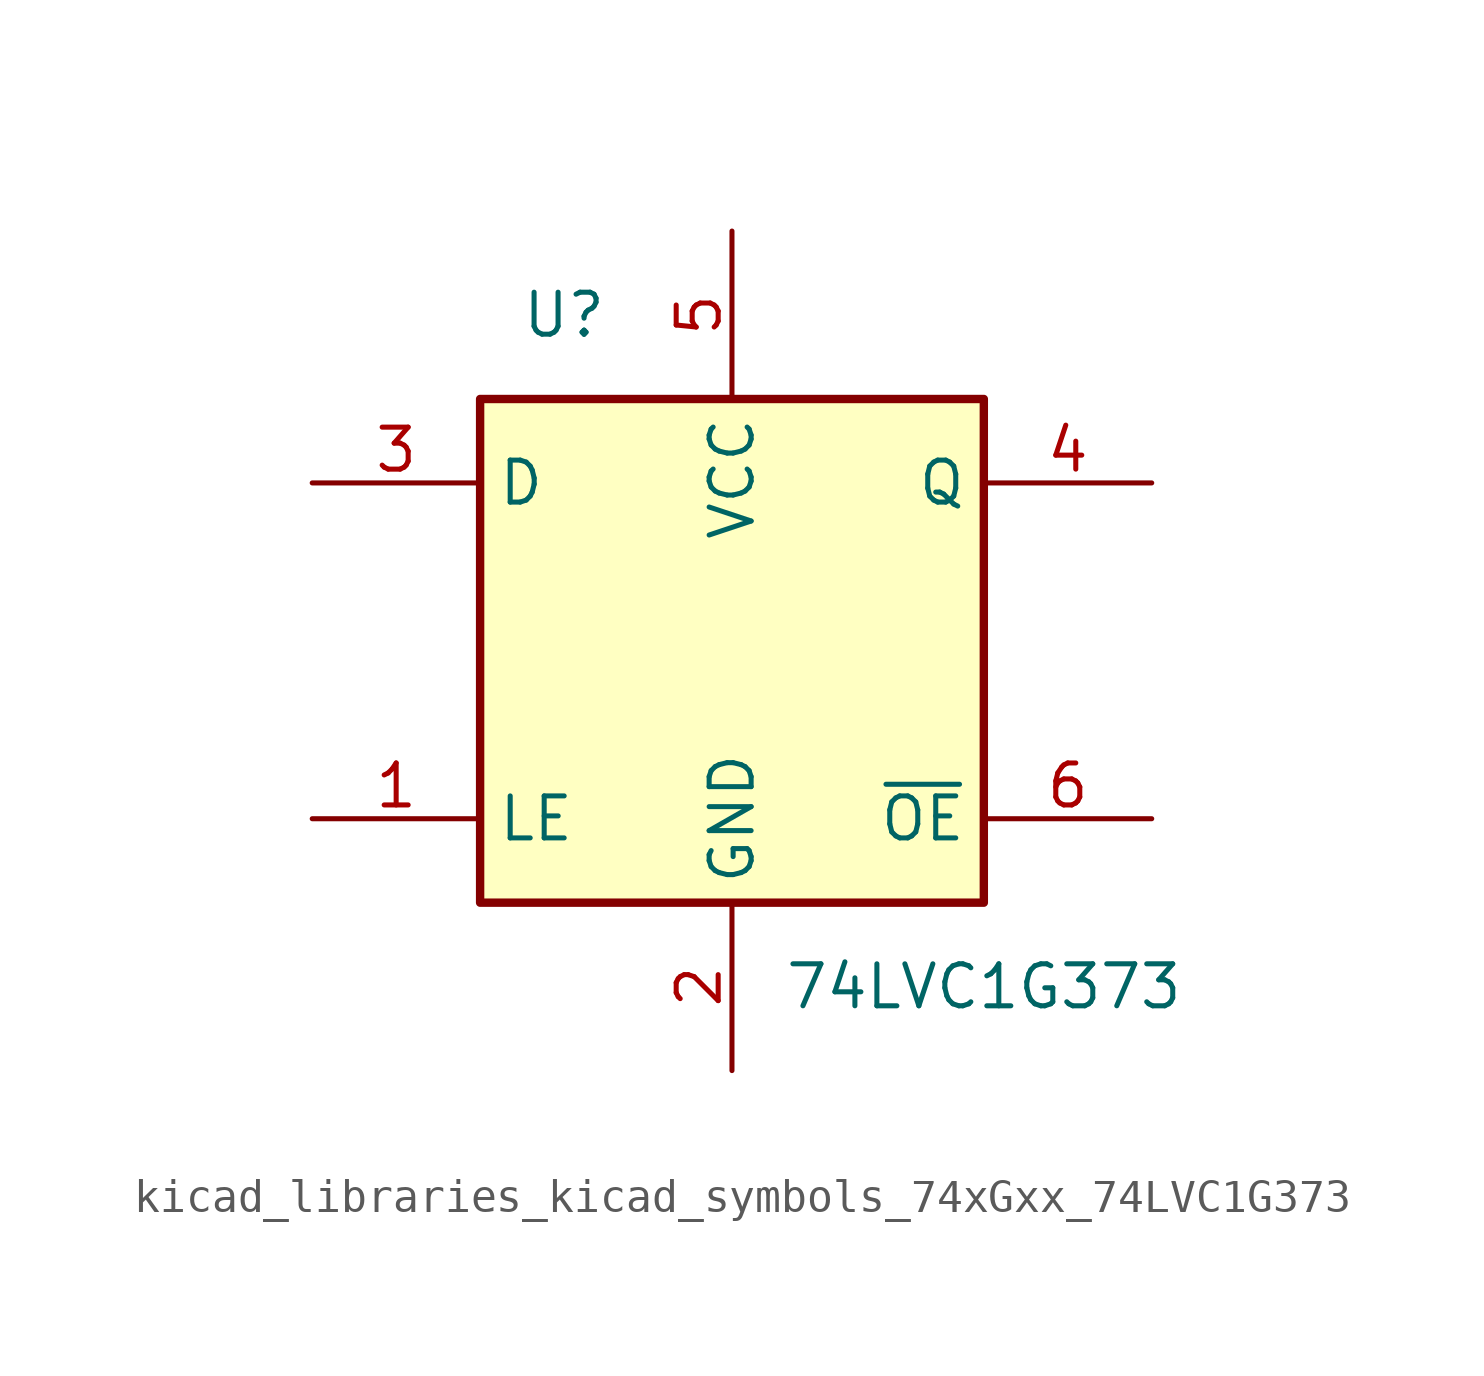
<source format=kicad_sym>
(kicad_symbol_lib
  (version 20220914)
  (generator kicad_symbol_editor)
  (symbol "kicad_libraries_kicad_symbols_74xGxx_74LVC1G373"
    (property "Reference" "U"
      (at -5.08 10.16 0)
      (effects (font (size 1.27 1.27))))
    (property "Value" "74LVC1G373"
      (at 7.62 -10.16 0)
      (effects (font (size 1.27 1.27))))
    (symbol "kicad_libraries_kicad_symbols_74xGxx_74LVC1G373_0_1"
      (rectangle (start -7.62 7.62) (end 7.62 -7.62) (stroke (width 0.254) (type default)) (fill (type background))))
    (symbol "kicad_libraries_kicad_symbols_74xGxx_74LVC1G373_1_1"
      (pin input line (at -12.7 -5.08 0) (length 5.08) (name "LE" (effects (font (size 1.27 1.27)))) (number "1" (effects (font (size 1.27 1.27)))))
      (pin power_in line (at 0 -12.7 90) (length 5.08) (name "GND" (effects (font (size 1.27 1.27)))) (number "2" (effects (font (size 1.27 1.27)))))
      (pin input line (at -12.7 5.08 0) (length 5.08) (name "D" (effects (font (size 1.27 1.27)))) (number "3" (effects (font (size 1.27 1.27)))))
      (pin tri_state line (at 12.7 5.08 180) (length 5.08) (name "Q" (effects (font (size 1.27 1.27)))) (number "4" (effects (font (size 1.27 1.27)))))
      (pin power_in line (at 0 12.7 270) (length 5.08) (name "VCC" (effects (font (size 1.27 1.27)))) (number "5" (effects (font (size 1.27 1.27)))))
      (pin input line (at 12.7 -5.08 180) (length 5.08) (name "~{OE}" (effects (font (size 1.27 1.27)))) (number "6" (effects (font (size 1.27 1.27))))))))
</source>
